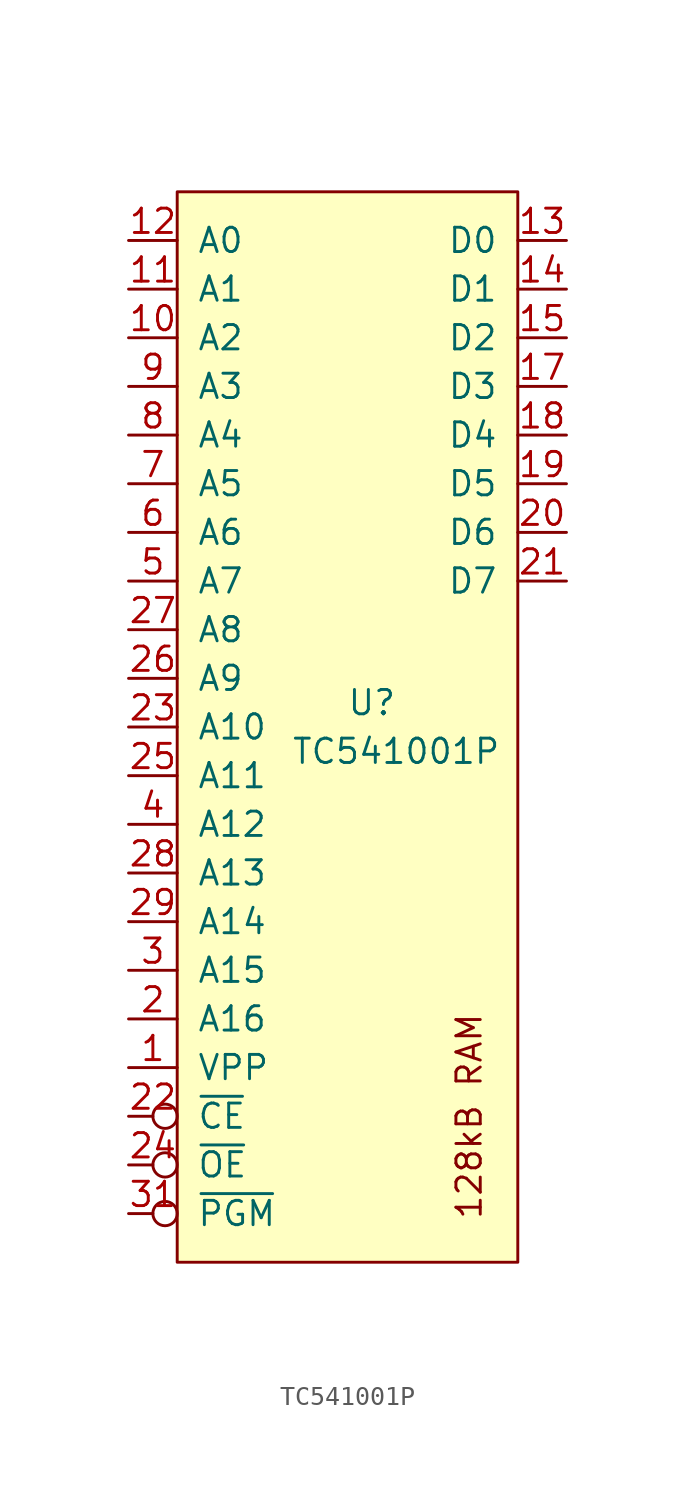
<source format=kicad_sym>
(kicad_symbol_lib
  (version 20211014)
  (generator kicad_symbol_editor)
  (symbol "TC541001P"
    (pin_names
      (offset 1.016))
    (property "Reference" "U"
      (at 1.27 -12.7 0)
      (effects (font (size 1.27 1.27))))
    (property "Value" "TC541001P"
      (at 2.54 -15.24 0)
      (effects (font (size 1.27 1.27))))
    (symbol "TC541001P_0_1"
      (rectangle (start -8.89 13.97) (end 8.89 -41.91) (stroke (width 0) (type default) (color 0 0 0 0)) (fill (type background))))
    (symbol "TC541001P_1_1"
      (text "128kB RAM" (at 6.35 -34.29 900) (effects (font (size 1.27 1.27))))
      (pin input line (at -11.43 -31.75 0) (length 2.54) (name "VPP" (effects (font (size 1.27 1.27)))) (number "1" (effects (font (size 1.27 1.27)))))
      (pin input line (at -11.43 6.35 0) (length 2.54) (name "A2" (effects (font (size 1.27 1.27)))) (number "10" (effects (font (size 1.27 1.27)))))
      (pin input line (at -11.43 8.89 0) (length 2.54) (name "A1" (effects (font (size 1.27 1.27)))) (number "11" (effects (font (size 1.27 1.27)))))
      (pin input line (at -11.43 11.43 0) (length 2.54) (name "A0" (effects (font (size 1.27 1.27)))) (number "12" (effects (font (size 1.27 1.27)))))
      (pin output line (at 11.43 11.43 180) (length 2.54) (name "D0" (effects (font (size 1.27 1.27)))) (number "13" (effects (font (size 1.27 1.27)))))
      (pin output line (at 11.43 8.89 180) (length 2.54) (name "D1" (effects (font (size 1.27 1.27)))) (number "14" (effects (font (size 1.27 1.27)))))
      (pin output line (at 11.43 6.35 180) (length 2.54) (name "D2" (effects (font (size 1.27 1.27)))) (number "15" (effects (font (size 1.27 1.27)))))
      (pin power_in line (at 0 -41.91 90) (length 2.54) hide (name "VSS" (effects (font (size 1.27 1.27)))) (number "16" (effects (font (size 1.27 1.27)))))
      (pin output line (at 11.43 3.81 180) (length 2.54) (name "D3" (effects (font (size 1.27 1.27)))) (number "17" (effects (font (size 1.27 1.27)))))
      (pin output line (at 11.43 1.27 180) (length 2.54) (name "D4" (effects (font (size 1.27 1.27)))) (number "18" (effects (font (size 1.27 1.27)))))
      (pin output line (at 11.43 -1.27 180) (length 2.54) (name "D5" (effects (font (size 1.27 1.27)))) (number "19" (effects (font (size 1.27 1.27)))))
      (pin input line (at -11.43 -29.21 0) (length 2.54) (name "A16" (effects (font (size 1.27 1.27)))) (number "2" (effects (font (size 1.27 1.27)))))
      (pin output line (at 11.43 -3.81 180) (length 2.54) (name "D6" (effects (font (size 1.27 1.27)))) (number "20" (effects (font (size 1.27 1.27)))))
      (pin output line (at 11.43 -6.35 180) (length 2.54) (name "D7" (effects (font (size 1.27 1.27)))) (number "21" (effects (font (size 1.27 1.27)))))
      (pin input inverted (at -11.43 -34.29 0) (length 2.54) (name "~{CE}" (effects (font (size 1.27 1.27)))) (number "22" (effects (font (size 1.27 1.27)))))
      (pin input line (at -11.43 -13.97 0) (length 2.54) (name "A10" (effects (font (size 1.27 1.27)))) (number "23" (effects (font (size 1.27 1.27)))))
      (pin input inverted (at -11.43 -36.83 0) (length 2.54) (name "~{OE}" (effects (font (size 1.27 1.27)))) (number "24" (effects (font (size 1.27 1.27)))))
      (pin input line (at -11.43 -16.51 0) (length 2.54) (name "A11" (effects (font (size 1.27 1.27)))) (number "25" (effects (font (size 1.27 1.27)))))
      (pin input line (at -11.43 -11.43 0) (length 2.54) (name "A9" (effects (font (size 1.27 1.27)))) (number "26" (effects (font (size 1.27 1.27)))))
      (pin input line (at -11.43 -8.89 0) (length 2.54) (name "A8" (effects (font (size 1.27 1.27)))) (number "27" (effects (font (size 1.27 1.27)))))
      (pin input line (at -11.43 -21.59 0) (length 2.54) (name "A13" (effects (font (size 1.27 1.27)))) (number "28" (effects (font (size 1.27 1.27)))))
      (pin input line (at -11.43 -24.13 0) (length 2.54) (name "A14" (effects (font (size 1.27 1.27)))) (number "29" (effects (font (size 1.27 1.27)))))
      (pin input line (at -11.43 -26.67 0) (length 2.54) (name "A15" (effects (font (size 1.27 1.27)))) (number "3" (effects (font (size 1.27 1.27)))))
      (pin output line (at 11.43 -8.89 180) (length 2.54) hide (name "N.C" (effects (font (size 1.27 1.27)))) (number "30" (effects (font (size 1.27 1.27)))))
      (pin input inverted (at -11.43 -39.37 0) (length 2.54) (name "~{PGM}" (effects (font (size 1.27 1.27)))) (number "31" (effects (font (size 1.27 1.27)))))
      (pin power_in line (at 0 13.97 270) (length 2.54) hide (name "VCC" (effects (font (size 1.27 1.27)))) (number "32" (effects (font (size 1.27 1.27)))))
      (pin input line (at -11.43 -19.05 0) (length 2.54) (name "A12" (effects (font (size 1.27 1.27)))) (number "4" (effects (font (size 1.27 1.27)))))
      (pin input line (at -11.43 -6.35 0) (length 2.54) (name "A7" (effects (font (size 1.27 1.27)))) (number "5" (effects (font (size 1.27 1.27)))))
      (pin input line (at -11.43 -3.81 0) (length 2.54) (name "A6" (effects (font (size 1.27 1.27)))) (number "6" (effects (font (size 1.27 1.27)))))
      (pin input line (at -11.43 -1.27 0) (length 2.54) (name "A5" (effects (font (size 1.27 1.27)))) (number "7" (effects (font (size 1.27 1.27)))))
      (pin input line (at -11.43 1.27 0) (length 2.54) (name "A4" (effects (font (size 1.27 1.27)))) (number "8" (effects (font (size 1.27 1.27)))))
      (pin input line (at -11.43 3.81 0) (length 2.54) (name "A3" (effects (font (size 1.27 1.27)))) (number "9" (effects (font (size 1.27 1.27))))))))
</source>
